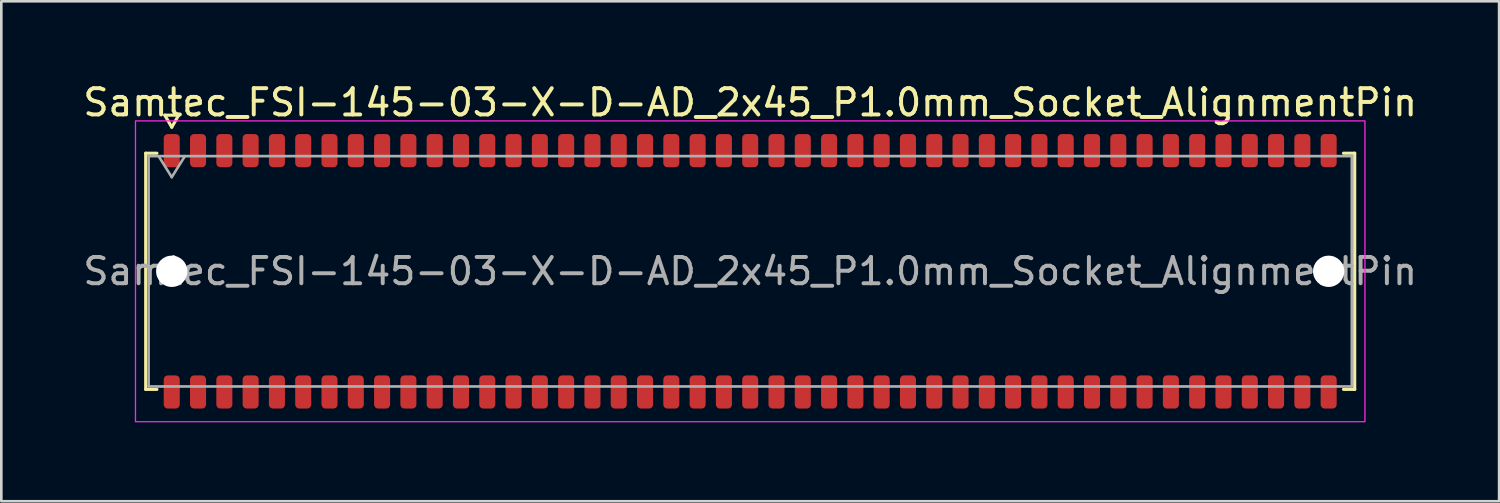
<source format=kicad_pcb>
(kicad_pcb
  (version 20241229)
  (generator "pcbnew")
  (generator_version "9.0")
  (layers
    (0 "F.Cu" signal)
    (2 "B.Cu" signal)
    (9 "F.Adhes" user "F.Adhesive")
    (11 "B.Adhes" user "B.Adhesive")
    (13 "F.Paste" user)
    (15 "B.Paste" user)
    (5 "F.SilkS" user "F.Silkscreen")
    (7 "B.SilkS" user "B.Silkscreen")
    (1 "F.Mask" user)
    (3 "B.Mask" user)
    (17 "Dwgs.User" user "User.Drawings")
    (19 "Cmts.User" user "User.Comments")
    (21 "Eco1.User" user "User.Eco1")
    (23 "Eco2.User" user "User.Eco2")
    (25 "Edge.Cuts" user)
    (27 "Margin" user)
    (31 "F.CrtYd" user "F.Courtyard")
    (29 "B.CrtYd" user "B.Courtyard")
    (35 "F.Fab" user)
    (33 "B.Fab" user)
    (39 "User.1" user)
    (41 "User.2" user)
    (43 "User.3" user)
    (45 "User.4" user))
  (footprint "Samtec_FSI-145-03-X-D-AD_2x45_P1.0mm_Socket_AlignmentPin"
    (layer "F.Cu")
    (at 25.482 7.268)
    (property "Reference" "Samtec_FSI-145-03-X-D-AD_2x45_P1.0mm_Socket_AlignmentPin" (at 0 -6.42 0) (layer "F.SilkS") (effects (font (size 1 1) (thickness 0.15))))
    (attr smd)
    (fp_line (start -22.99 -4.49) (end -22.565 -4.49) (stroke (width 0.12) (type solid)) (layer "F.SilkS"))
    (fp_line (start -22.99 4.49) (end -22.99 -4.49) (stroke (width 0.12) (type solid)) (layer "F.SilkS"))
    (fp_line (start -22.565 4.49) (end -22.99 4.49) (stroke (width 0.12) (type solid)) (layer "F.SilkS"))
    (fp_line (start -22.264 -5.938) (end -22 -5.48) (stroke (width 0.12) (type solid)) (layer "F.SilkS"))
    (fp_line (start -22 -5.48) (end -21.736 -5.938) (stroke (width 0.12) (type solid)) (layer "F.SilkS"))
    (fp_line (start -21.736 -5.938) (end -22.264 -5.938) (stroke (width 0.12) (type solid)) (layer "F.SilkS"))
    (fp_line (start 22.565 -4.49) (end 22.99 -4.49) (stroke (width 0.12) (type solid)) (layer "F.SilkS"))
    (fp_line (start 22.99 -4.49) (end 22.99 4.49) (stroke (width 0.12) (type solid)) (layer "F.SilkS"))
    (fp_line (start 22.99 4.49) (end 22.565 4.49) (stroke (width 0.12) (type solid)) (layer "F.SilkS"))
    (fp_rect (start -23.38 -5.72) (end 23.38 5.72) (stroke (width 0.05) (type solid)) (fill no) (layer "F.CrtYd"))
    (fp_line (start -22.88 -4.38) (end 22.88 -4.38) (stroke (width 0.1) (type solid)) (layer "F.Fab"))
    (fp_line (start -22.88 4.38) (end -22.88 -4.38) (stroke (width 0.1) (type solid)) (layer "F.Fab"))
    (fp_line (start -22.5 -4.38) (end -22 -3.58) (stroke (width 0.1) (type solid)) (layer "F.Fab"))
    (fp_line (start -22 -3.58) (end -21.5 -4.38) (stroke (width 0.1) (type solid)) (layer "F.Fab"))
    (fp_line (start 22.88 -4.38) (end 22.88 4.38) (stroke (width 0.1) (type solid)) (layer "F.Fab"))
    (fp_line (start 22.88 4.38) (end -22.88 4.38) (stroke (width 0.1) (type solid)) (layer "F.Fab"))
    (fp_text user "${REFERENCE}" (at 0 0 0) (layer "F.Fab") (effects (font (size 1 1) (thickness 0.15))))
    (pad "" np_thru_hole circle (at -22 0) (size 1.19 1.19) (drill 1.19) (layers "*.Cu" "*.Mask"))
    (pad "" np_thru_hole circle (at 22 0) (size 1.19 1.19) (drill 1.19) (layers "*.Cu" "*.Mask"))
    (pad "1" smd roundrect (at -22 -4.59) (size 0.61 1.26) (layers "F.Cu" "F.Mask" "F.Paste") (roundrect_rratio 0.25))
    (pad "2" smd roundrect (at -22 4.59) (size 0.61 1.26) (layers "F.Cu" "F.Mask" "F.Paste") (roundrect_rratio 0.25))
    (pad "3" smd roundrect (at -21 -4.59) (size 0.61 1.26) (layers "F.Cu" "F.Mask" "F.Paste") (roundrect_rratio 0.25))
    (pad "4" smd roundrect (at -21 4.59) (size 0.61 1.26) (layers "F.Cu" "F.Mask" "F.Paste") (roundrect_rratio 0.25))
    (pad "5" smd roundrect (at -20 -4.59) (size 0.61 1.26) (layers "F.Cu" "F.Mask" "F.Paste") (roundrect_rratio 0.25))
    (pad "6" smd roundrect (at -20 4.59) (size 0.61 1.26) (layers "F.Cu" "F.Mask" "F.Paste") (roundrect_rratio 0.25))
    (pad "7" smd roundrect (at -19 -4.59) (size 0.61 1.26) (layers "F.Cu" "F.Mask" "F.Paste") (roundrect_rratio 0.25))
    (pad "8" smd roundrect (at -19 4.59) (size 0.61 1.26) (layers "F.Cu" "F.Mask" "F.Paste") (roundrect_rratio 0.25))
    (pad "9" smd roundrect (at -18 -4.59) (size 0.61 1.26) (layers "F.Cu" "F.Mask" "F.Paste") (roundrect_rratio 0.25))
    (pad "10" smd roundrect (at -18 4.59) (size 0.61 1.26) (layers "F.Cu" "F.Mask" "F.Paste") (roundrect_rratio 0.25))
    (pad "11" smd roundrect (at -17 -4.59) (size 0.61 1.26) (layers "F.Cu" "F.Mask" "F.Paste") (roundrect_rratio 0.25))
    (pad "12" smd roundrect (at -17 4.59) (size 0.61 1.26) (layers "F.Cu" "F.Mask" "F.Paste") (roundrect_rratio 0.25))
    (pad "13" smd roundrect (at -16 -4.59) (size 0.61 1.26) (layers "F.Cu" "F.Mask" "F.Paste") (roundrect_rratio 0.25))
    (pad "14" smd roundrect (at -16 4.59) (size 0.61 1.26) (layers "F.Cu" "F.Mask" "F.Paste") (roundrect_rratio 0.25))
    (pad "15" smd roundrect (at -15 -4.59) (size 0.61 1.26) (layers "F.Cu" "F.Mask" "F.Paste") (roundrect_rratio 0.25))
    (pad "16" smd roundrect (at -15 4.59) (size 0.61 1.26) (layers "F.Cu" "F.Mask" "F.Paste") (roundrect_rratio 0.25))
    (pad "17" smd roundrect (at -14 -4.59) (size 0.61 1.26) (layers "F.Cu" "F.Mask" "F.Paste") (roundrect_rratio 0.25))
    (pad "18" smd roundrect (at -14 4.59) (size 0.61 1.26) (layers "F.Cu" "F.Mask" "F.Paste") (roundrect_rratio 0.25))
    (pad "19" smd roundrect (at -13 -4.59) (size 0.61 1.26) (layers "F.Cu" "F.Mask" "F.Paste") (roundrect_rratio 0.25))
    (pad "20" smd roundrect (at -13 4.59) (size 0.61 1.26) (layers "F.Cu" "F.Mask" "F.Paste") (roundrect_rratio 0.25))
    (pad "21" smd roundrect (at -12 -4.59) (size 0.61 1.26) (layers "F.Cu" "F.Mask" "F.Paste") (roundrect_rratio 0.25))
    (pad "22" smd roundrect (at -12 4.59) (size 0.61 1.26) (layers "F.Cu" "F.Mask" "F.Paste") (roundrect_rratio 0.25))
    (pad "23" smd roundrect (at -11 -4.59) (size 0.61 1.26) (layers "F.Cu" "F.Mask" "F.Paste") (roundrect_rratio 0.25))
    (pad "24" smd roundrect (at -11 4.59) (size 0.61 1.26) (layers "F.Cu" "F.Mask" "F.Paste") (roundrect_rratio 0.25))
    (pad "25" smd roundrect (at -10 -4.59) (size 0.61 1.26) (layers "F.Cu" "F.Mask" "F.Paste") (roundrect_rratio 0.25))
    (pad "26" smd roundrect (at -10 4.59) (size 0.61 1.26) (layers "F.Cu" "F.Mask" "F.Paste") (roundrect_rratio 0.25))
    (pad "27" smd roundrect (at -9 -4.59) (size 0.61 1.26) (layers "F.Cu" "F.Mask" "F.Paste") (roundrect_rratio 0.25))
    (pad "28" smd roundrect (at -9 4.59) (size 0.61 1.26) (layers "F.Cu" "F.Mask" "F.Paste") (roundrect_rratio 0.25))
    (pad "29" smd roundrect (at -8 -4.59) (size 0.61 1.26) (layers "F.Cu" "F.Mask" "F.Paste") (roundrect_rratio 0.25))
    (pad "30" smd roundrect (at -8 4.59) (size 0.61 1.26) (layers "F.Cu" "F.Mask" "F.Paste") (roundrect_rratio 0.25))
    (pad "31" smd roundrect (at -7 -4.59) (size 0.61 1.26) (layers "F.Cu" "F.Mask" "F.Paste") (roundrect_rratio 0.25))
    (pad "32" smd roundrect (at -7 4.59) (size 0.61 1.26) (layers "F.Cu" "F.Mask" "F.Paste") (roundrect_rratio 0.25))
    (pad "33" smd roundrect (at -6 -4.59) (size 0.61 1.26) (layers "F.Cu" "F.Mask" "F.Paste") (roundrect_rratio 0.25))
    (pad "34" smd roundrect (at -6 4.59) (size 0.61 1.26) (layers "F.Cu" "F.Mask" "F.Paste") (roundrect_rratio 0.25))
    (pad "35" smd roundrect (at -5 -4.59) (size 0.61 1.26) (layers "F.Cu" "F.Mask" "F.Paste") (roundrect_rratio 0.25))
    (pad "36" smd roundrect (at -5 4.59) (size 0.61 1.26) (layers "F.Cu" "F.Mask" "F.Paste") (roundrect_rratio 0.25))
    (pad "37" smd roundrect (at -4 -4.59) (size 0.61 1.26) (layers "F.Cu" "F.Mask" "F.Paste") (roundrect_rratio 0.25))
    (pad "38" smd roundrect (at -4 4.59) (size 0.61 1.26) (layers "F.Cu" "F.Mask" "F.Paste") (roundrect_rratio 0.25))
    (pad "39" smd roundrect (at -3 -4.59) (size 0.61 1.26) (layers "F.Cu" "F.Mask" "F.Paste") (roundrect_rratio 0.25))
    (pad "40" smd roundrect (at -3 4.59) (size 0.61 1.26) (layers "F.Cu" "F.Mask" "F.Paste") (roundrect_rratio 0.25))
    (pad "41" smd roundrect (at -2 -4.59) (size 0.61 1.26) (layers "F.Cu" "F.Mask" "F.Paste") (roundrect_rratio 0.25))
    (pad "42" smd roundrect (at -2 4.59) (size 0.61 1.26) (layers "F.Cu" "F.Mask" "F.Paste") (roundrect_rratio 0.25))
    (pad "43" smd roundrect (at -1 -4.59) (size 0.61 1.26) (layers "F.Cu" "F.Mask" "F.Paste") (roundrect_rratio 0.25))
    (pad "44" smd roundrect (at -1 4.59) (size 0.61 1.26) (layers "F.Cu" "F.Mask" "F.Paste") (roundrect_rratio 0.25))
    (pad "45" smd roundrect (at 0 -4.59) (size 0.61 1.26) (layers "F.Cu" "F.Mask" "F.Paste") (roundrect_rratio 0.25))
    (pad "46" smd roundrect (at 0 4.59) (size 0.61 1.26) (layers "F.Cu" "F.Mask" "F.Paste") (roundrect_rratio 0.25))
    (pad "47" smd roundrect (at 1 -4.59) (size 0.61 1.26) (layers "F.Cu" "F.Mask" "F.Paste") (roundrect_rratio 0.25))
    (pad "48" smd roundrect (at 1 4.59) (size 0.61 1.26) (layers "F.Cu" "F.Mask" "F.Paste") (roundrect_rratio 0.25))
    (pad "49" smd roundrect (at 2 -4.59) (size 0.61 1.26) (layers "F.Cu" "F.Mask" "F.Paste") (roundrect_rratio 0.25))
    (pad "50" smd roundrect (at 2 4.59) (size 0.61 1.26) (layers "F.Cu" "F.Mask" "F.Paste") (roundrect_rratio 0.25))
    (pad "51" smd roundrect (at 3 -4.59) (size 0.61 1.26) (layers "F.Cu" "F.Mask" "F.Paste") (roundrect_rratio 0.25))
    (pad "52" smd roundrect (at 3 4.59) (size 0.61 1.26) (layers "F.Cu" "F.Mask" "F.Paste") (roundrect_rratio 0.25))
    (pad "53" smd roundrect (at 4 -4.59) (size 0.61 1.26) (layers "F.Cu" "F.Mask" "F.Paste") (roundrect_rratio 0.25))
    (pad "54" smd roundrect (at 4 4.59) (size 0.61 1.26) (layers "F.Cu" "F.Mask" "F.Paste") (roundrect_rratio 0.25))
    (pad "55" smd roundrect (at 5 -4.59) (size 0.61 1.26) (layers "F.Cu" "F.Mask" "F.Paste") (roundrect_rratio 0.25))
    (pad "56" smd roundrect (at 5 4.59) (size 0.61 1.26) (layers "F.Cu" "F.Mask" "F.Paste") (roundrect_rratio 0.25))
    (pad "57" smd roundrect (at 6 -4.59) (size 0.61 1.26) (layers "F.Cu" "F.Mask" "F.Paste") (roundrect_rratio 0.25))
    (pad "58" smd roundrect (at 6 4.59) (size 0.61 1.26) (layers "F.Cu" "F.Mask" "F.Paste") (roundrect_rratio 0.25))
    (pad "59" smd roundrect (at 7 -4.59) (size 0.61 1.26) (layers "F.Cu" "F.Mask" "F.Paste") (roundrect_rratio 0.25))
    (pad "60" smd roundrect (at 7 4.59) (size 0.61 1.26) (layers "F.Cu" "F.Mask" "F.Paste") (roundrect_rratio 0.25))
    (pad "61" smd roundrect (at 8 -4.59) (size 0.61 1.26) (layers "F.Cu" "F.Mask" "F.Paste") (roundrect_rratio 0.25))
    (pad "62" smd roundrect (at 8 4.59) (size 0.61 1.26) (layers "F.Cu" "F.Mask" "F.Paste") (roundrect_rratio 0.25))
    (pad "63" smd roundrect (at 9 -4.59) (size 0.61 1.26) (layers "F.Cu" "F.Mask" "F.Paste") (roundrect_rratio 0.25))
    (pad "64" smd roundrect (at 9 4.59) (size 0.61 1.26) (layers "F.Cu" "F.Mask" "F.Paste") (roundrect_rratio 0.25))
    (pad "65" smd roundrect (at 10 -4.59) (size 0.61 1.26) (layers "F.Cu" "F.Mask" "F.Paste") (roundrect_rratio 0.25))
    (pad "66" smd roundrect (at 10 4.59) (size 0.61 1.26) (layers "F.Cu" "F.Mask" "F.Paste") (roundrect_rratio 0.25))
    (pad "67" smd roundrect (at 11 -4.59) (size 0.61 1.26) (layers "F.Cu" "F.Mask" "F.Paste") (roundrect_rratio 0.25))
    (pad "68" smd roundrect (at 11 4.59) (size 0.61 1.26) (layers "F.Cu" "F.Mask" "F.Paste") (roundrect_rratio 0.25))
    (pad "69" smd roundrect (at 12 -4.59) (size 0.61 1.26) (layers "F.Cu" "F.Mask" "F.Paste") (roundrect_rratio 0.25))
    (pad "70" smd roundrect (at 12 4.59) (size 0.61 1.26) (layers "F.Cu" "F.Mask" "F.Paste") (roundrect_rratio 0.25))
    (pad "71" smd roundrect (at 13 -4.59) (size 0.61 1.26) (layers "F.Cu" "F.Mask" "F.Paste") (roundrect_rratio 0.25))
    (pad "72" smd roundrect (at 13 4.59) (size 0.61 1.26) (layers "F.Cu" "F.Mask" "F.Paste") (roundrect_rratio 0.25))
    (pad "73" smd roundrect (at 14 -4.59) (size 0.61 1.26) (layers "F.Cu" "F.Mask" "F.Paste") (roundrect_rratio 0.25))
    (pad "74" smd roundrect (at 14 4.59) (size 0.61 1.26) (layers "F.Cu" "F.Mask" "F.Paste") (roundrect_rratio 0.25))
    (pad "75" smd roundrect (at 15 -4.59) (size 0.61 1.26) (layers "F.Cu" "F.Mask" "F.Paste") (roundrect_rratio 0.25))
    (pad "76" smd roundrect (at 15 4.59) (size 0.61 1.26) (layers "F.Cu" "F.Mask" "F.Paste") (roundrect_rratio 0.25))
    (pad "77" smd roundrect (at 16 -4.59) (size 0.61 1.26) (layers "F.Cu" "F.Mask" "F.Paste") (roundrect_rratio 0.25))
    (pad "78" smd roundrect (at 16 4.59) (size 0.61 1.26) (layers "F.Cu" "F.Mask" "F.Paste") (roundrect_rratio 0.25))
    (pad "79" smd roundrect (at 17 -4.59) (size 0.61 1.26) (layers "F.Cu" "F.Mask" "F.Paste") (roundrect_rratio 0.25))
    (pad "80" smd roundrect (at 17 4.59) (size 0.61 1.26) (layers "F.Cu" "F.Mask" "F.Paste") (roundrect_rratio 0.25))
    (pad "81" smd roundrect (at 18 -4.59) (size 0.61 1.26) (layers "F.Cu" "F.Mask" "F.Paste") (roundrect_rratio 0.25))
    (pad "82" smd roundrect (at 18 4.59) (size 0.61 1.26) (layers "F.Cu" "F.Mask" "F.Paste") (roundrect_rratio 0.25))
    (pad "83" smd roundrect (at 19 -4.59) (size 0.61 1.26) (layers "F.Cu" "F.Mask" "F.Paste") (roundrect_rratio 0.25))
    (pad "84" smd roundrect (at 19 4.59) (size 0.61 1.26) (layers "F.Cu" "F.Mask" "F.Paste") (roundrect_rratio 0.25))
    (pad "85" smd roundrect (at 20 -4.59) (size 0.61 1.26) (layers "F.Cu" "F.Mask" "F.Paste") (roundrect_rratio 0.25))
    (pad "86" smd roundrect (at 20 4.59) (size 0.61 1.26) (layers "F.Cu" "F.Mask" "F.Paste") (roundrect_rratio 0.25))
    (pad "87" smd roundrect (at 21 -4.59) (size 0.61 1.26) (layers "F.Cu" "F.Mask" "F.Paste") (roundrect_rratio 0.25))
    (pad "88" smd roundrect (at 21 4.59) (size 0.61 1.26) (layers "F.Cu" "F.Mask" "F.Paste") (roundrect_rratio 0.25))
    (pad "89" smd roundrect (at 22 -4.59) (size 0.61 1.26) (layers "F.Cu" "F.Mask" "F.Paste") (roundrect_rratio 0.25))
    (pad "90" smd roundrect (at 22 4.59) (size 0.61 1.26) (layers "F.Cu" "F.Mask" "F.Paste") (roundrect_rratio 0.25)))
  (gr_rect
    (start -3 -3)
    (end 53.964 16.013)
    (stroke (width 0.1) (type default))
    (fill no)
    (layer "Edge.Cuts")))
</source>
